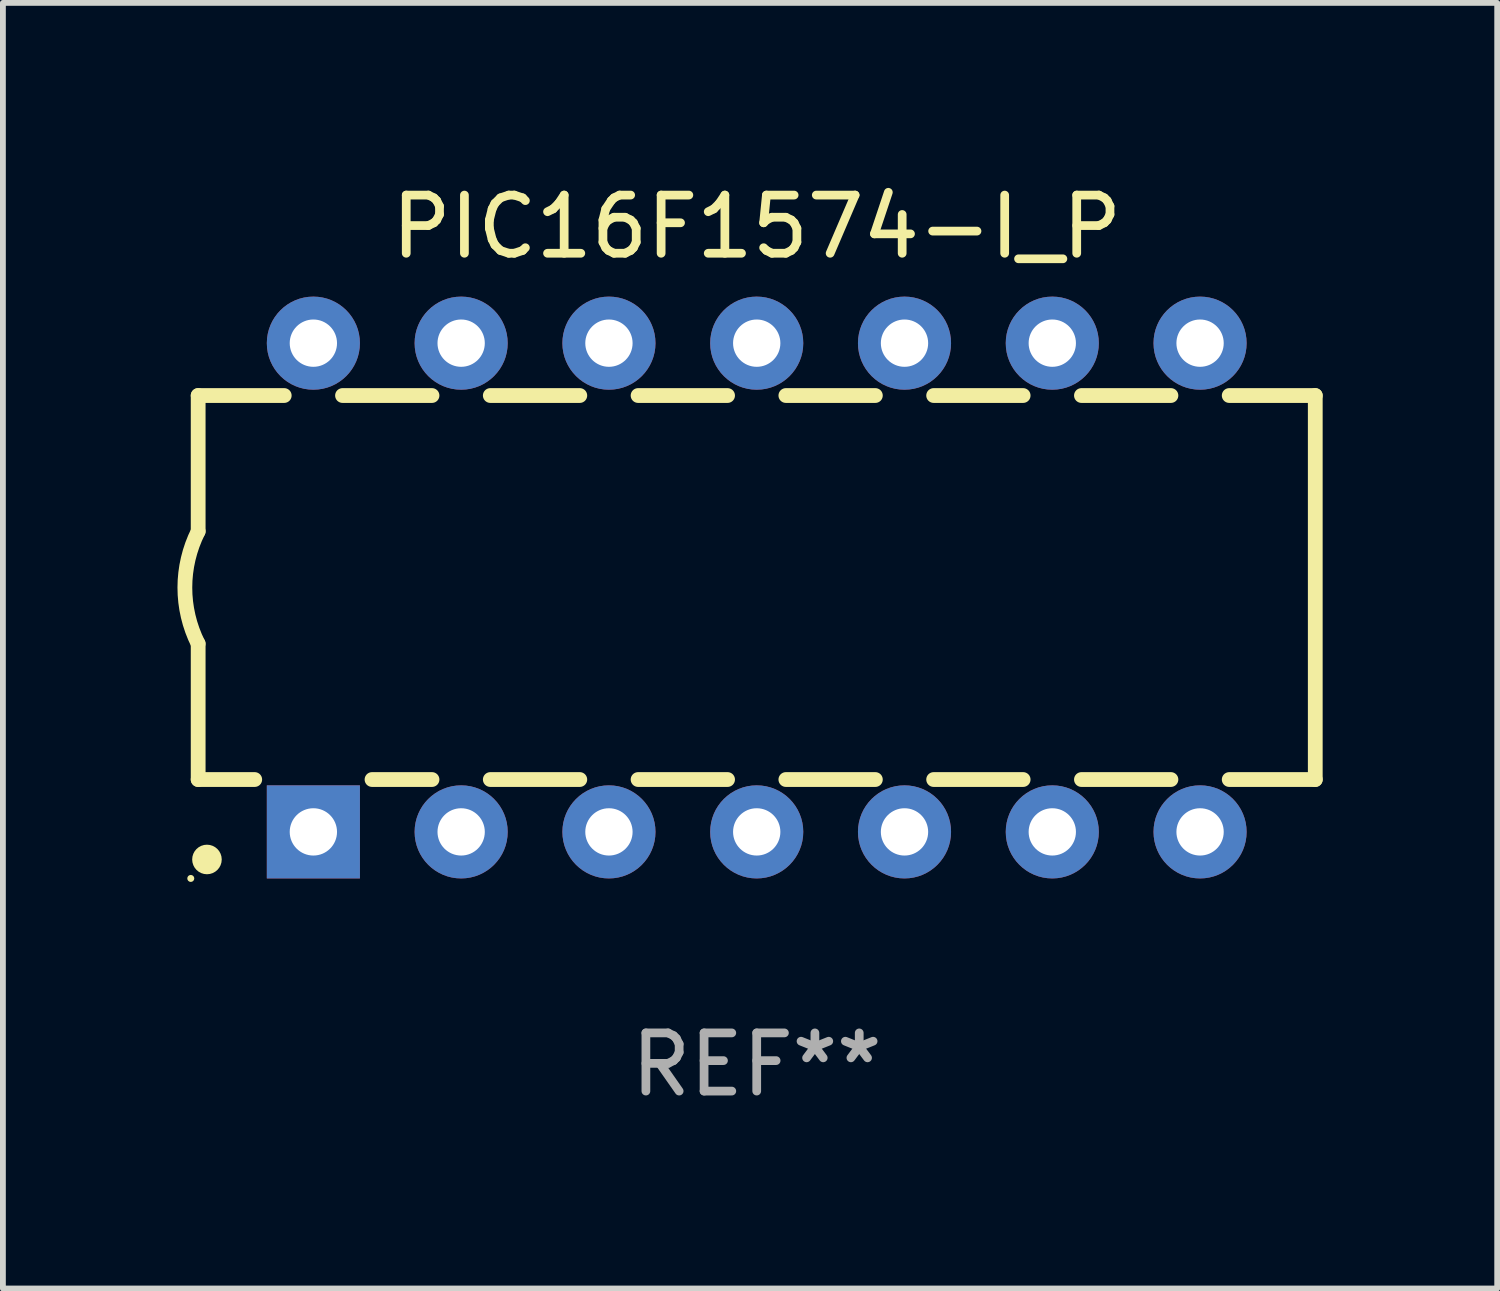
<source format=kicad_pcb>
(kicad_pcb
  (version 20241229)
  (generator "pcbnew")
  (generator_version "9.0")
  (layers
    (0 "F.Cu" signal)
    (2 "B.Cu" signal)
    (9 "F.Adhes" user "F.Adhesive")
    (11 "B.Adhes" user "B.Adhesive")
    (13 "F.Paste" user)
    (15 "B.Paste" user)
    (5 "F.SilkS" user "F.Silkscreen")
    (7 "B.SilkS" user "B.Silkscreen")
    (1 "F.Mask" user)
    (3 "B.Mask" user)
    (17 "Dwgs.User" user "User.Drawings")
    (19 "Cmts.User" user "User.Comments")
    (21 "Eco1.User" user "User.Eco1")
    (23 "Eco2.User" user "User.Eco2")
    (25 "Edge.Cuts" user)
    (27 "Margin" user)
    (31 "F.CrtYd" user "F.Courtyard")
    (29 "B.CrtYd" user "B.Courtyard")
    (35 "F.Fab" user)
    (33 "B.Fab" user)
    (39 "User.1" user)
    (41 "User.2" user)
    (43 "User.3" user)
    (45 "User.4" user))
  (footprint "PIC16F1574-I_P"
    (layer "F.Cu")
    (at 9.956 7.048)
    (property "Reference" "PIC16F1574-I_P" (at 0 -6.2 0) (layer "F.SilkS") (effects (font (size 1 1) (thickness 0.15))))
    (attr through_hole)
    (fp_line (start -9.6 -3.3) (end -9.6 -0.965) (stroke (width 0.254) (type solid)) (layer "F.SilkS"))
    (fp_line (start -9.6 -3.3) (end -8.121 -3.3) (stroke (width 0.254) (type solid)) (layer "F.SilkS"))
    (fp_line (start -9.6 3.3) (end -9.6 0.965) (stroke (width 0.254) (type solid)) (layer "F.SilkS"))
    (fp_line (start -9.6 3.3) (end -8.628 3.3) (stroke (width 0.254) (type solid)) (layer "F.SilkS"))
    (fp_line (start -7.119 -3.3) (end -5.581 -3.3) (stroke (width 0.254) (type solid)) (layer "F.SilkS"))
    (fp_line (start -6.612 3.3) (end -5.581 3.3) (stroke (width 0.254) (type solid)) (layer "F.SilkS"))
    (fp_line (start -4.579 -3.3) (end -3.041 -3.3) (stroke (width 0.254) (type solid)) (layer "F.SilkS"))
    (fp_line (start -4.579 3.3) (end -3.041 3.3) (stroke (width 0.254) (type solid)) (layer "F.SilkS"))
    (fp_line (start -2.039 -3.3) (end -0.501 -3.3) (stroke (width 0.254) (type solid)) (layer "F.SilkS"))
    (fp_line (start -2.039 3.3) (end -0.501 3.3) (stroke (width 0.254) (type solid)) (layer "F.SilkS"))
    (fp_line (start 0.501 -3.3) (end 2.039 -3.3) (stroke (width 0.254) (type solid)) (layer "F.SilkS"))
    (fp_line (start 0.501 3.3) (end 2.039 3.3) (stroke (width 0.254) (type solid)) (layer "F.SilkS"))
    (fp_line (start 3.041 -3.3) (end 4.579 -3.3) (stroke (width 0.254) (type solid)) (layer "F.SilkS"))
    (fp_line (start 3.041 3.3) (end 4.579 3.3) (stroke (width 0.254) (type solid)) (layer "F.SilkS"))
    (fp_line (start 5.581 -3.3) (end 7.119 -3.3) (stroke (width 0.254) (type solid)) (layer "F.SilkS"))
    (fp_line (start 5.581 3.3) (end 7.119 3.3) (stroke (width 0.254) (type solid)) (layer "F.SilkS"))
    (fp_line (start 8.121 -3.3) (end 9.6 -3.3) (stroke (width 0.254) (type solid)) (layer "F.SilkS"))
    (fp_line (start 8.121 3.3) (end 9.6 3.3) (stroke (width 0.254) (type solid)) (layer "F.SilkS"))
    (fp_line (start 9.6 -3.3) (end 9.6 3.3) (stroke (width 0.254) (type solid)) (layer "F.SilkS"))
    (fp_arc (start -9.601219 0.965202) (mid -9.828641 -0.00004) (end -9.600025 -0.964999) (stroke (width 0.254001) (type solid)) (layer "F.SilkS"))
    (fp_circle (center -9.727 5) (end -9.697 5) (stroke (width 0.06) (type solid)) (fill no) (layer "F.SilkS"))
    (fp_circle (center -9.449 4.674) (end -9.322 4.674) (stroke (width 0.254) (type solid)) (fill no) (layer "F.SilkS"))
    (fp_text user "REF**" (at 0 8.2 0) (layer "F.Fab") (effects (font (size 1 1) (thickness 0.15))))
    (pad "1" thru_hole rect (at -7.62 4.2) (size 1.6 1.6) (drill 0.813) (layers "*.Cu" "*.Mask"))
    (pad "2" thru_hole circle (at -5.08 4.2) (size 1.6 1.6) (drill 0.813) (layers "*.Cu" "*.Mask"))
    (pad "3" thru_hole circle (at -2.54 4.2) (size 1.6 1.6) (drill 0.813) (layers "*.Cu" "*.Mask"))
    (pad "4" thru_hole circle (at 0 4.2) (size 1.6 1.6) (drill 0.813) (layers "*.Cu" "*.Mask"))
    (pad "5" thru_hole circle (at 2.54 4.2) (size 1.6 1.6) (drill 0.813) (layers "*.Cu" "*.Mask"))
    (pad "6" thru_hole circle (at 5.08 4.2) (size 1.6 1.6) (drill 0.813) (layers "*.Cu" "*.Mask"))
    (pad "7" thru_hole circle (at 7.62 4.2) (size 1.6 1.6) (drill 0.813) (layers "*.Cu" "*.Mask"))
    (pad "8" thru_hole circle (at 7.62 -4.2) (size 1.6 1.6) (drill 0.813) (layers "*.Cu" "*.Mask"))
    (pad "9" thru_hole circle (at 5.08 -4.2) (size 1.6 1.6) (drill 0.813) (layers "*.Cu" "*.Mask"))
    (pad "10" thru_hole circle (at 2.54 -4.2) (size 1.6 1.6) (drill 0.813) (layers "*.Cu" "*.Mask"))
    (pad "11" thru_hole circle (at 0 -4.2) (size 1.6 1.6) (drill 0.813) (layers "*.Cu" "*.Mask"))
    (pad "12" thru_hole circle (at -2.54 -4.2) (size 1.6 1.6) (drill 0.813) (layers "*.Cu" "*.Mask"))
    (pad "13" thru_hole circle (at -5.08 -4.2) (size 1.6 1.6) (drill 0.813) (layers "*.Cu" "*.Mask"))
    (pad "14" thru_hole circle (at -7.62 -4.2) (size 1.6 1.6) (drill 0.813) (layers "*.Cu" "*.Mask")))
  (gr_rect
    (start -3 -3)
    (end 22.683 19.096)
    (stroke (width 0.1) (type default))
    (fill no)
    (layer "Edge.Cuts")))
</source>
